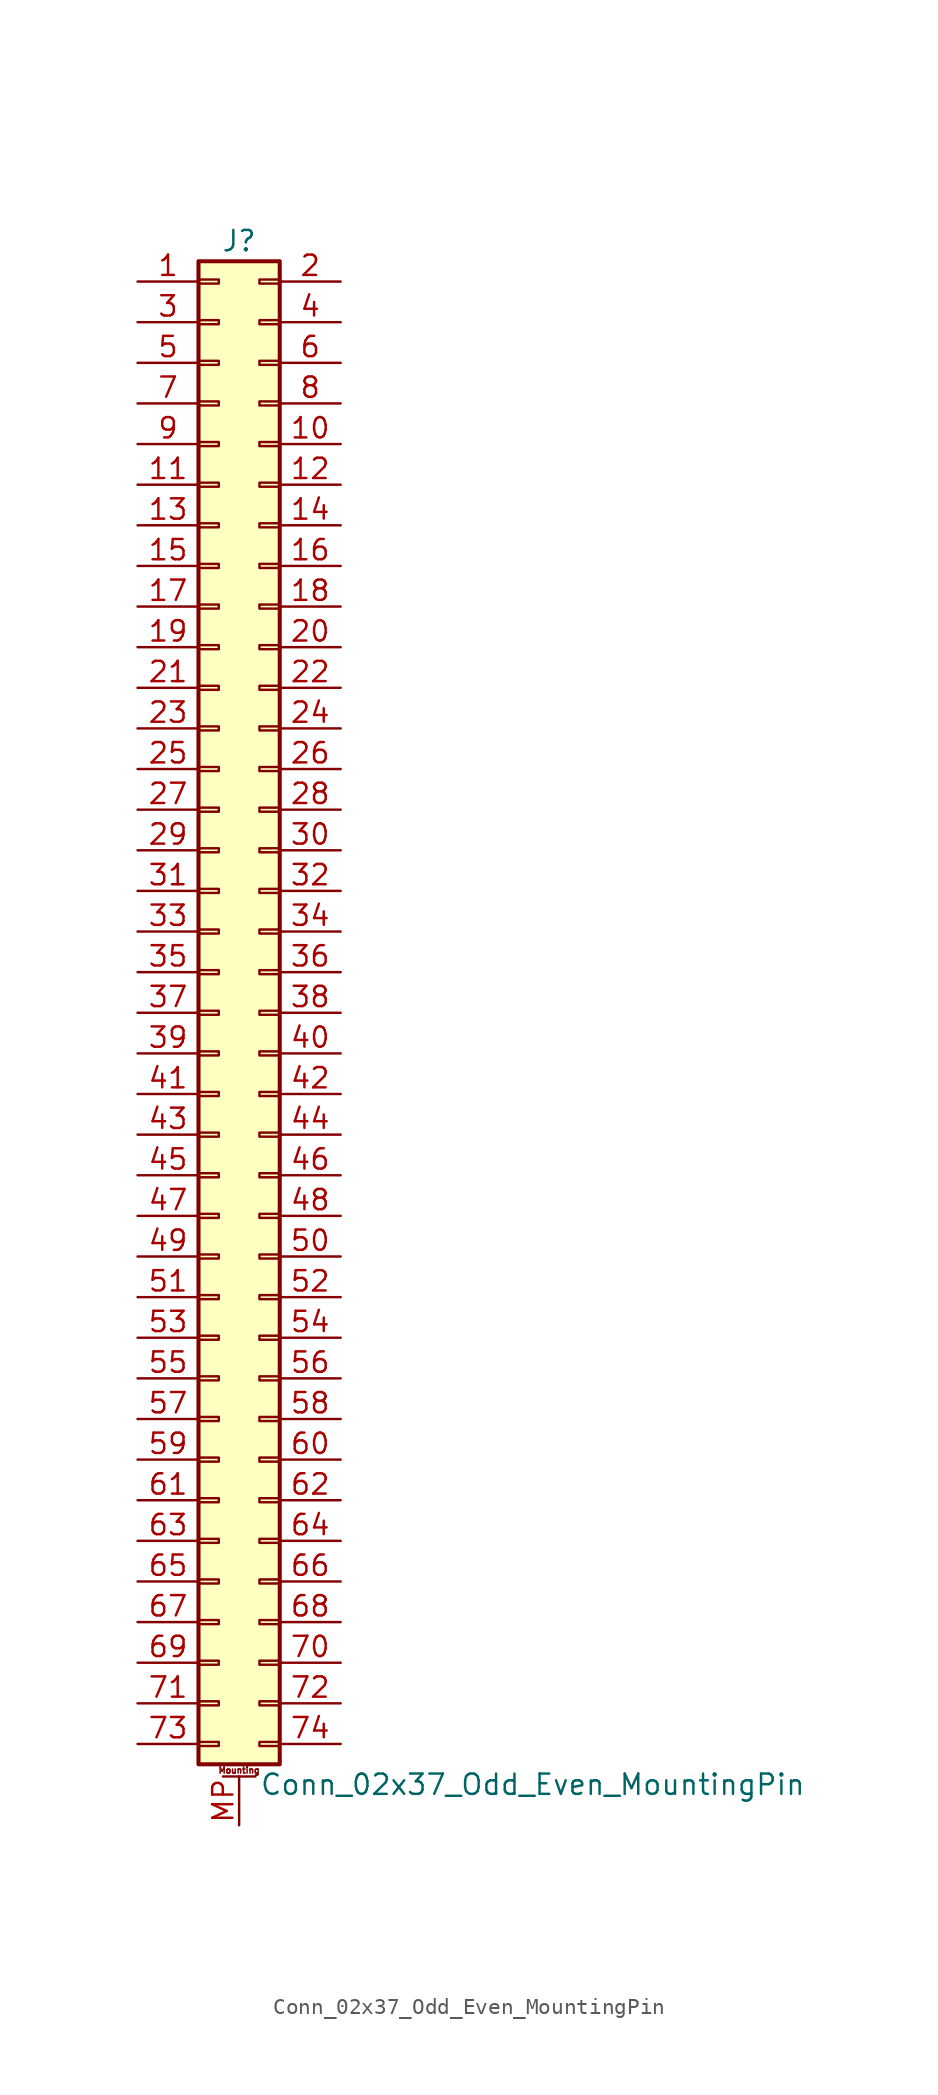
<source format=kicad_sym>
(kicad_symbol_lib
  (version 20220914)
  (generator kicad_symbol_editor)
  (symbol "Conn_02x37_Odd_Even_MountingPin"
    (pin_names
      (offset 1.016) hide)
    (property "Reference" "J"
      (at 1.27 48.26 0)
      (effects (font (size 1.27 1.27))))
    (property "Value" "Conn_02x37_Odd_Even_MountingPin"
      (at 2.54 -48.26 0)
      (effects (font (size 1.27 1.27)) (justify left)))
    (symbol "Conn_02x37_Odd_Even_MountingPin_1_1"
      (rectangle (start -1.27 -45.593) (end 0 -45.847) (stroke (width 0.152) (type default)) (fill (type none)))
      (rectangle (start -1.27 -43.053) (end 0 -43.307) (stroke (width 0.152) (type default)) (fill (type none)))
      (rectangle (start -1.27 -40.513) (end 0 -40.767) (stroke (width 0.152) (type default)) (fill (type none)))
      (rectangle (start -1.27 -37.973) (end 0 -38.227) (stroke (width 0.152) (type default)) (fill (type none)))
      (rectangle (start -1.27 -35.433) (end 0 -35.687) (stroke (width 0.152) (type default)) (fill (type none)))
      (rectangle (start -1.27 -32.893) (end 0 -33.147) (stroke (width 0.152) (type default)) (fill (type none)))
      (rectangle (start -1.27 -30.353) (end 0 -30.607) (stroke (width 0.152) (type default)) (fill (type none)))
      (rectangle (start -1.27 -27.813) (end 0 -28.067) (stroke (width 0.152) (type default)) (fill (type none)))
      (rectangle (start -1.27 -25.273) (end 0 -25.527) (stroke (width 0.152) (type default)) (fill (type none)))
      (rectangle (start -1.27 -22.733) (end 0 -22.987) (stroke (width 0.152) (type default)) (fill (type none)))
      (rectangle (start -1.27 -20.193) (end 0 -20.447) (stroke (width 0.152) (type default)) (fill (type none)))
      (rectangle (start -1.27 -17.653) (end 0 -17.907) (stroke (width 0.152) (type default)) (fill (type none)))
      (rectangle (start -1.27 -15.113) (end 0 -15.367) (stroke (width 0.152) (type default)) (fill (type none)))
      (rectangle (start -1.27 -12.573) (end 0 -12.827) (stroke (width 0.152) (type default)) (fill (type none)))
      (rectangle (start -1.27 -10.033) (end 0 -10.287) (stroke (width 0.152) (type default)) (fill (type none)))
      (rectangle (start -1.27 -7.493) (end 0 -7.747) (stroke (width 0.152) (type default)) (fill (type none)))
      (rectangle (start -1.27 -4.953) (end 0 -5.207) (stroke (width 0.152) (type default)) (fill (type none)))
      (rectangle (start -1.27 -2.413) (end 0 -2.667) (stroke (width 0.152) (type default)) (fill (type none)))
      (rectangle (start -1.27 0.127) (end 0 -0.127) (stroke (width 0.152) (type default)) (fill (type none)))
      (rectangle (start -1.27 2.667) (end 0 2.413) (stroke (width 0.152) (type default)) (fill (type none)))
      (rectangle (start -1.27 5.207) (end 0 4.953) (stroke (width 0.152) (type default)) (fill (type none)))
      (rectangle (start -1.27 7.747) (end 0 7.493) (stroke (width 0.152) (type default)) (fill (type none)))
      (rectangle (start -1.27 10.287) (end 0 10.033) (stroke (width 0.152) (type default)) (fill (type none)))
      (rectangle (start -1.27 12.827) (end 0 12.573) (stroke (width 0.152) (type default)) (fill (type none)))
      (rectangle (start -1.27 15.367) (end 0 15.113) (stroke (width 0.152) (type default)) (fill (type none)))
      (rectangle (start -1.27 17.907) (end 0 17.653) (stroke (width 0.152) (type default)) (fill (type none)))
      (rectangle (start -1.27 20.447) (end 0 20.193) (stroke (width 0.152) (type default)) (fill (type none)))
      (rectangle (start -1.27 22.987) (end 0 22.733) (stroke (width 0.152) (type default)) (fill (type none)))
      (rectangle (start -1.27 25.527) (end 0 25.273) (stroke (width 0.152) (type default)) (fill (type none)))
      (rectangle (start -1.27 28.067) (end 0 27.813) (stroke (width 0.152) (type default)) (fill (type none)))
      (rectangle (start -1.27 30.607) (end 0 30.353) (stroke (width 0.152) (type default)) (fill (type none)))
      (rectangle (start -1.27 33.147) (end 0 32.893) (stroke (width 0.152) (type default)) (fill (type none)))
      (rectangle (start -1.27 35.687) (end 0 35.433) (stroke (width 0.152) (type default)) (fill (type none)))
      (rectangle (start -1.27 38.227) (end 0 37.973) (stroke (width 0.152) (type default)) (fill (type none)))
      (rectangle (start -1.27 40.767) (end 0 40.513) (stroke (width 0.152) (type default)) (fill (type none)))
      (rectangle (start -1.27 43.307) (end 0 43.053) (stroke (width 0.152) (type default)) (fill (type none)))
      (rectangle (start -1.27 45.847) (end 0 45.593) (stroke (width 0.152) (type default)) (fill (type none)))
      (rectangle (start -1.27 46.99) (end 3.81 -46.99) (stroke (width 0.254) (type default)) (fill (type background)))
      (polyline (pts (xy 0.254 -47.752) (xy 2.286 -47.752)) (stroke (width 0.152) (type default)) (fill (type none)))
      (rectangle (start 3.81 -45.593) (end 2.54 -45.847) (stroke (width 0.152) (type default)) (fill (type none)))
      (rectangle (start 3.81 -43.053) (end 2.54 -43.307) (stroke (width 0.152) (type default)) (fill (type none)))
      (rectangle (start 3.81 -40.513) (end 2.54 -40.767) (stroke (width 0.152) (type default)) (fill (type none)))
      (rectangle (start 3.81 -37.973) (end 2.54 -38.227) (stroke (width 0.152) (type default)) (fill (type none)))
      (rectangle (start 3.81 -35.433) (end 2.54 -35.687) (stroke (width 0.152) (type default)) (fill (type none)))
      (rectangle (start 3.81 -32.893) (end 2.54 -33.147) (stroke (width 0.152) (type default)) (fill (type none)))
      (rectangle (start 3.81 -30.353) (end 2.54 -30.607) (stroke (width 0.152) (type default)) (fill (type none)))
      (rectangle (start 3.81 -27.813) (end 2.54 -28.067) (stroke (width 0.152) (type default)) (fill (type none)))
      (rectangle (start 3.81 -25.273) (end 2.54 -25.527) (stroke (width 0.152) (type default)) (fill (type none)))
      (rectangle (start 3.81 -22.733) (end 2.54 -22.987) (stroke (width 0.152) (type default)) (fill (type none)))
      (rectangle (start 3.81 -20.193) (end 2.54 -20.447) (stroke (width 0.152) (type default)) (fill (type none)))
      (rectangle (start 3.81 -17.653) (end 2.54 -17.907) (stroke (width 0.152) (type default)) (fill (type none)))
      (rectangle (start 3.81 -15.113) (end 2.54 -15.367) (stroke (width 0.152) (type default)) (fill (type none)))
      (rectangle (start 3.81 -12.573) (end 2.54 -12.827) (stroke (width 0.152) (type default)) (fill (type none)))
      (rectangle (start 3.81 -10.033) (end 2.54 -10.287) (stroke (width 0.152) (type default)) (fill (type none)))
      (rectangle (start 3.81 -7.493) (end 2.54 -7.747) (stroke (width 0.152) (type default)) (fill (type none)))
      (rectangle (start 3.81 -4.953) (end 2.54 -5.207) (stroke (width 0.152) (type default)) (fill (type none)))
      (rectangle (start 3.81 -2.413) (end 2.54 -2.667) (stroke (width 0.152) (type default)) (fill (type none)))
      (rectangle (start 3.81 0.127) (end 2.54 -0.127) (stroke (width 0.152) (type default)) (fill (type none)))
      (rectangle (start 3.81 2.667) (end 2.54 2.413) (stroke (width 0.152) (type default)) (fill (type none)))
      (rectangle (start 3.81 5.207) (end 2.54 4.953) (stroke (width 0.152) (type default)) (fill (type none)))
      (rectangle (start 3.81 7.747) (end 2.54 7.493) (stroke (width 0.152) (type default)) (fill (type none)))
      (rectangle (start 3.81 10.287) (end 2.54 10.033) (stroke (width 0.152) (type default)) (fill (type none)))
      (rectangle (start 3.81 12.827) (end 2.54 12.573) (stroke (width 0.152) (type default)) (fill (type none)))
      (rectangle (start 3.81 15.367) (end 2.54 15.113) (stroke (width 0.152) (type default)) (fill (type none)))
      (rectangle (start 3.81 17.907) (end 2.54 17.653) (stroke (width 0.152) (type default)) (fill (type none)))
      (rectangle (start 3.81 20.447) (end 2.54 20.193) (stroke (width 0.152) (type default)) (fill (type none)))
      (rectangle (start 3.81 22.987) (end 2.54 22.733) (stroke (width 0.152) (type default)) (fill (type none)))
      (rectangle (start 3.81 25.527) (end 2.54 25.273) (stroke (width 0.152) (type default)) (fill (type none)))
      (rectangle (start 3.81 28.067) (end 2.54 27.813) (stroke (width 0.152) (type default)) (fill (type none)))
      (rectangle (start 3.81 30.607) (end 2.54 30.353) (stroke (width 0.152) (type default)) (fill (type none)))
      (rectangle (start 3.81 33.147) (end 2.54 32.893) (stroke (width 0.152) (type default)) (fill (type none)))
      (rectangle (start 3.81 35.687) (end 2.54 35.433) (stroke (width 0.152) (type default)) (fill (type none)))
      (rectangle (start 3.81 38.227) (end 2.54 37.973) (stroke (width 0.152) (type default)) (fill (type none)))
      (rectangle (start 3.81 40.767) (end 2.54 40.513) (stroke (width 0.152) (type default)) (fill (type none)))
      (rectangle (start 3.81 43.307) (end 2.54 43.053) (stroke (width 0.152) (type default)) (fill (type none)))
      (rectangle (start 3.81 45.847) (end 2.54 45.593) (stroke (width 0.152) (type default)) (fill (type none)))
      (text "Mounting" (at 1.27 -47.371 0) (effects (font (size 0.381 0.381))))
      (pin passive line (at -5.08 45.72 0) (length 3.81) (name "Pin_1" (effects (font (size 1.27 1.27)))) (number "1" (effects (font (size 1.27 1.27)))))
      (pin passive line (at 7.62 35.56 180) (length 3.81) (name "Pin_10" (effects (font (size 1.27 1.27)))) (number "10" (effects (font (size 1.27 1.27)))))
      (pin passive line (at -5.08 33.02 0) (length 3.81) (name "Pin_11" (effects (font (size 1.27 1.27)))) (number "11" (effects (font (size 1.27 1.27)))))
      (pin passive line (at 7.62 33.02 180) (length 3.81) (name "Pin_12" (effects (font (size 1.27 1.27)))) (number "12" (effects (font (size 1.27 1.27)))))
      (pin passive line (at -5.08 30.48 0) (length 3.81) (name "Pin_13" (effects (font (size 1.27 1.27)))) (number "13" (effects (font (size 1.27 1.27)))))
      (pin passive line (at 7.62 30.48 180) (length 3.81) (name "Pin_14" (effects (font (size 1.27 1.27)))) (number "14" (effects (font (size 1.27 1.27)))))
      (pin passive line (at -5.08 27.94 0) (length 3.81) (name "Pin_15" (effects (font (size 1.27 1.27)))) (number "15" (effects (font (size 1.27 1.27)))))
      (pin passive line (at 7.62 27.94 180) (length 3.81) (name "Pin_16" (effects (font (size 1.27 1.27)))) (number "16" (effects (font (size 1.27 1.27)))))
      (pin passive line (at -5.08 25.4 0) (length 3.81) (name "Pin_17" (effects (font (size 1.27 1.27)))) (number "17" (effects (font (size 1.27 1.27)))))
      (pin passive line (at 7.62 25.4 180) (length 3.81) (name "Pin_18" (effects (font (size 1.27 1.27)))) (number "18" (effects (font (size 1.27 1.27)))))
      (pin passive line (at -5.08 22.86 0) (length 3.81) (name "Pin_19" (effects (font (size 1.27 1.27)))) (number "19" (effects (font (size 1.27 1.27)))))
      (pin passive line (at 7.62 45.72 180) (length 3.81) (name "Pin_2" (effects (font (size 1.27 1.27)))) (number "2" (effects (font (size 1.27 1.27)))))
      (pin passive line (at 7.62 22.86 180) (length 3.81) (name "Pin_20" (effects (font (size 1.27 1.27)))) (number "20" (effects (font (size 1.27 1.27)))))
      (pin passive line (at -5.08 20.32 0) (length 3.81) (name "Pin_21" (effects (font (size 1.27 1.27)))) (number "21" (effects (font (size 1.27 1.27)))))
      (pin passive line (at 7.62 20.32 180) (length 3.81) (name "Pin_22" (effects (font (size 1.27 1.27)))) (number "22" (effects (font (size 1.27 1.27)))))
      (pin passive line (at -5.08 17.78 0) (length 3.81) (name "Pin_23" (effects (font (size 1.27 1.27)))) (number "23" (effects (font (size 1.27 1.27)))))
      (pin passive line (at 7.62 17.78 180) (length 3.81) (name "Pin_24" (effects (font (size 1.27 1.27)))) (number "24" (effects (font (size 1.27 1.27)))))
      (pin passive line (at -5.08 15.24 0) (length 3.81) (name "Pin_25" (effects (font (size 1.27 1.27)))) (number "25" (effects (font (size 1.27 1.27)))))
      (pin passive line (at 7.62 15.24 180) (length 3.81) (name "Pin_26" (effects (font (size 1.27 1.27)))) (number "26" (effects (font (size 1.27 1.27)))))
      (pin passive line (at -5.08 12.7 0) (length 3.81) (name "Pin_27" (effects (font (size 1.27 1.27)))) (number "27" (effects (font (size 1.27 1.27)))))
      (pin passive line (at 7.62 12.7 180) (length 3.81) (name "Pin_28" (effects (font (size 1.27 1.27)))) (number "28" (effects (font (size 1.27 1.27)))))
      (pin passive line (at -5.08 10.16 0) (length 3.81) (name "Pin_29" (effects (font (size 1.27 1.27)))) (number "29" (effects (font (size 1.27 1.27)))))
      (pin passive line (at -5.08 43.18 0) (length 3.81) (name "Pin_3" (effects (font (size 1.27 1.27)))) (number "3" (effects (font (size 1.27 1.27)))))
      (pin passive line (at 7.62 10.16 180) (length 3.81) (name "Pin_30" (effects (font (size 1.27 1.27)))) (number "30" (effects (font (size 1.27 1.27)))))
      (pin passive line (at -5.08 7.62 0) (length 3.81) (name "Pin_31" (effects (font (size 1.27 1.27)))) (number "31" (effects (font (size 1.27 1.27)))))
      (pin passive line (at 7.62 7.62 180) (length 3.81) (name "Pin_32" (effects (font (size 1.27 1.27)))) (number "32" (effects (font (size 1.27 1.27)))))
      (pin passive line (at -5.08 5.08 0) (length 3.81) (name "Pin_33" (effects (font (size 1.27 1.27)))) (number "33" (effects (font (size 1.27 1.27)))))
      (pin passive line (at 7.62 5.08 180) (length 3.81) (name "Pin_34" (effects (font (size 1.27 1.27)))) (number "34" (effects (font (size 1.27 1.27)))))
      (pin passive line (at -5.08 2.54 0) (length 3.81) (name "Pin_35" (effects (font (size 1.27 1.27)))) (number "35" (effects (font (size 1.27 1.27)))))
      (pin passive line (at 7.62 2.54 180) (length 3.81) (name "Pin_36" (effects (font (size 1.27 1.27)))) (number "36" (effects (font (size 1.27 1.27)))))
      (pin passive line (at -5.08 0 0) (length 3.81) (name "Pin_37" (effects (font (size 1.27 1.27)))) (number "37" (effects (font (size 1.27 1.27)))))
      (pin passive line (at 7.62 0 180) (length 3.81) (name "Pin_38" (effects (font (size 1.27 1.27)))) (number "38" (effects (font (size 1.27 1.27)))))
      (pin passive line (at -5.08 -2.54 0) (length 3.81) (name "Pin_39" (effects (font (size 1.27 1.27)))) (number "39" (effects (font (size 1.27 1.27)))))
      (pin passive line (at 7.62 43.18 180) (length 3.81) (name "Pin_4" (effects (font (size 1.27 1.27)))) (number "4" (effects (font (size 1.27 1.27)))))
      (pin passive line (at 7.62 -2.54 180) (length 3.81) (name "Pin_40" (effects (font (size 1.27 1.27)))) (number "40" (effects (font (size 1.27 1.27)))))
      (pin passive line (at -5.08 -5.08 0) (length 3.81) (name "Pin_41" (effects (font (size 1.27 1.27)))) (number "41" (effects (font (size 1.27 1.27)))))
      (pin passive line (at 7.62 -5.08 180) (length 3.81) (name "Pin_42" (effects (font (size 1.27 1.27)))) (number "42" (effects (font (size 1.27 1.27)))))
      (pin passive line (at -5.08 -7.62 0) (length 3.81) (name "Pin_43" (effects (font (size 1.27 1.27)))) (number "43" (effects (font (size 1.27 1.27)))))
      (pin passive line (at 7.62 -7.62 180) (length 3.81) (name "Pin_44" (effects (font (size 1.27 1.27)))) (number "44" (effects (font (size 1.27 1.27)))))
      (pin passive line (at -5.08 -10.16 0) (length 3.81) (name "Pin_45" (effects (font (size 1.27 1.27)))) (number "45" (effects (font (size 1.27 1.27)))))
      (pin passive line (at 7.62 -10.16 180) (length 3.81) (name "Pin_46" (effects (font (size 1.27 1.27)))) (number "46" (effects (font (size 1.27 1.27)))))
      (pin passive line (at -5.08 -12.7 0) (length 3.81) (name "Pin_47" (effects (font (size 1.27 1.27)))) (number "47" (effects (font (size 1.27 1.27)))))
      (pin passive line (at 7.62 -12.7 180) (length 3.81) (name "Pin_48" (effects (font (size 1.27 1.27)))) (number "48" (effects (font (size 1.27 1.27)))))
      (pin passive line (at -5.08 -15.24 0) (length 3.81) (name "Pin_49" (effects (font (size 1.27 1.27)))) (number "49" (effects (font (size 1.27 1.27)))))
      (pin passive line (at -5.08 40.64 0) (length 3.81) (name "Pin_5" (effects (font (size 1.27 1.27)))) (number "5" (effects (font (size 1.27 1.27)))))
      (pin passive line (at 7.62 -15.24 180) (length 3.81) (name "Pin_50" (effects (font (size 1.27 1.27)))) (number "50" (effects (font (size 1.27 1.27)))))
      (pin passive line (at -5.08 -17.78 0) (length 3.81) (name "Pin_51" (effects (font (size 1.27 1.27)))) (number "51" (effects (font (size 1.27 1.27)))))
      (pin passive line (at 7.62 -17.78 180) (length 3.81) (name "Pin_52" (effects (font (size 1.27 1.27)))) (number "52" (effects (font (size 1.27 1.27)))))
      (pin passive line (at -5.08 -20.32 0) (length 3.81) (name "Pin_53" (effects (font (size 1.27 1.27)))) (number "53" (effects (font (size 1.27 1.27)))))
      (pin passive line (at 7.62 -20.32 180) (length 3.81) (name "Pin_54" (effects (font (size 1.27 1.27)))) (number "54" (effects (font (size 1.27 1.27)))))
      (pin passive line (at -5.08 -22.86 0) (length 3.81) (name "Pin_55" (effects (font (size 1.27 1.27)))) (number "55" (effects (font (size 1.27 1.27)))))
      (pin passive line (at 7.62 -22.86 180) (length 3.81) (name "Pin_56" (effects (font (size 1.27 1.27)))) (number "56" (effects (font (size 1.27 1.27)))))
      (pin passive line (at -5.08 -25.4 0) (length 3.81) (name "Pin_57" (effects (font (size 1.27 1.27)))) (number "57" (effects (font (size 1.27 1.27)))))
      (pin passive line (at 7.62 -25.4 180) (length 3.81) (name "Pin_58" (effects (font (size 1.27 1.27)))) (number "58" (effects (font (size 1.27 1.27)))))
      (pin passive line (at -5.08 -27.94 0) (length 3.81) (name "Pin_59" (effects (font (size 1.27 1.27)))) (number "59" (effects (font (size 1.27 1.27)))))
      (pin passive line (at 7.62 40.64 180) (length 3.81) (name "Pin_6" (effects (font (size 1.27 1.27)))) (number "6" (effects (font (size 1.27 1.27)))))
      (pin passive line (at 7.62 -27.94 180) (length 3.81) (name "Pin_60" (effects (font (size 1.27 1.27)))) (number "60" (effects (font (size 1.27 1.27)))))
      (pin passive line (at -5.08 -30.48 0) (length 3.81) (name "Pin_61" (effects (font (size 1.27 1.27)))) (number "61" (effects (font (size 1.27 1.27)))))
      (pin passive line (at 7.62 -30.48 180) (length 3.81) (name "Pin_62" (effects (font (size 1.27 1.27)))) (number "62" (effects (font (size 1.27 1.27)))))
      (pin passive line (at -5.08 -33.02 0) (length 3.81) (name "Pin_63" (effects (font (size 1.27 1.27)))) (number "63" (effects (font (size 1.27 1.27)))))
      (pin passive line (at 7.62 -33.02 180) (length 3.81) (name "Pin_64" (effects (font (size 1.27 1.27)))) (number "64" (effects (font (size 1.27 1.27)))))
      (pin passive line (at -5.08 -35.56 0) (length 3.81) (name "Pin_65" (effects (font (size 1.27 1.27)))) (number "65" (effects (font (size 1.27 1.27)))))
      (pin passive line (at 7.62 -35.56 180) (length 3.81) (name "Pin_66" (effects (font (size 1.27 1.27)))) (number "66" (effects (font (size 1.27 1.27)))))
      (pin passive line (at -5.08 -38.1 0) (length 3.81) (name "Pin_67" (effects (font (size 1.27 1.27)))) (number "67" (effects (font (size 1.27 1.27)))))
      (pin passive line (at 7.62 -38.1 180) (length 3.81) (name "Pin_68" (effects (font (size 1.27 1.27)))) (number "68" (effects (font (size 1.27 1.27)))))
      (pin passive line (at -5.08 -40.64 0) (length 3.81) (name "Pin_69" (effects (font (size 1.27 1.27)))) (number "69" (effects (font (size 1.27 1.27)))))
      (pin passive line (at -5.08 38.1 0) (length 3.81) (name "Pin_7" (effects (font (size 1.27 1.27)))) (number "7" (effects (font (size 1.27 1.27)))))
      (pin passive line (at 7.62 -40.64 180) (length 3.81) (name "Pin_70" (effects (font (size 1.27 1.27)))) (number "70" (effects (font (size 1.27 1.27)))))
      (pin passive line (at -5.08 -43.18 0) (length 3.81) (name "Pin_71" (effects (font (size 1.27 1.27)))) (number "71" (effects (font (size 1.27 1.27)))))
      (pin passive line (at 7.62 -43.18 180) (length 3.81) (name "Pin_72" (effects (font (size 1.27 1.27)))) (number "72" (effects (font (size 1.27 1.27)))))
      (pin passive line (at -5.08 -45.72 0) (length 3.81) (name "Pin_73" (effects (font (size 1.27 1.27)))) (number "73" (effects (font (size 1.27 1.27)))))
      (pin passive line (at 7.62 -45.72 180) (length 3.81) (name "Pin_74" (effects (font (size 1.27 1.27)))) (number "74" (effects (font (size 1.27 1.27)))))
      (pin passive line (at 7.62 38.1 180) (length 3.81) (name "Pin_8" (effects (font (size 1.27 1.27)))) (number "8" (effects (font (size 1.27 1.27)))))
      (pin passive line (at -5.08 35.56 0) (length 3.81) (name "Pin_9" (effects (font (size 1.27 1.27)))) (number "9" (effects (font (size 1.27 1.27)))))
      (pin passive line (at 1.27 -50.8 90) (length 3.048) (name "MountPin" (effects (font (size 1.27 1.27)))) (number "MP" (effects (font (size 1.27 1.27))))))))
</source>
